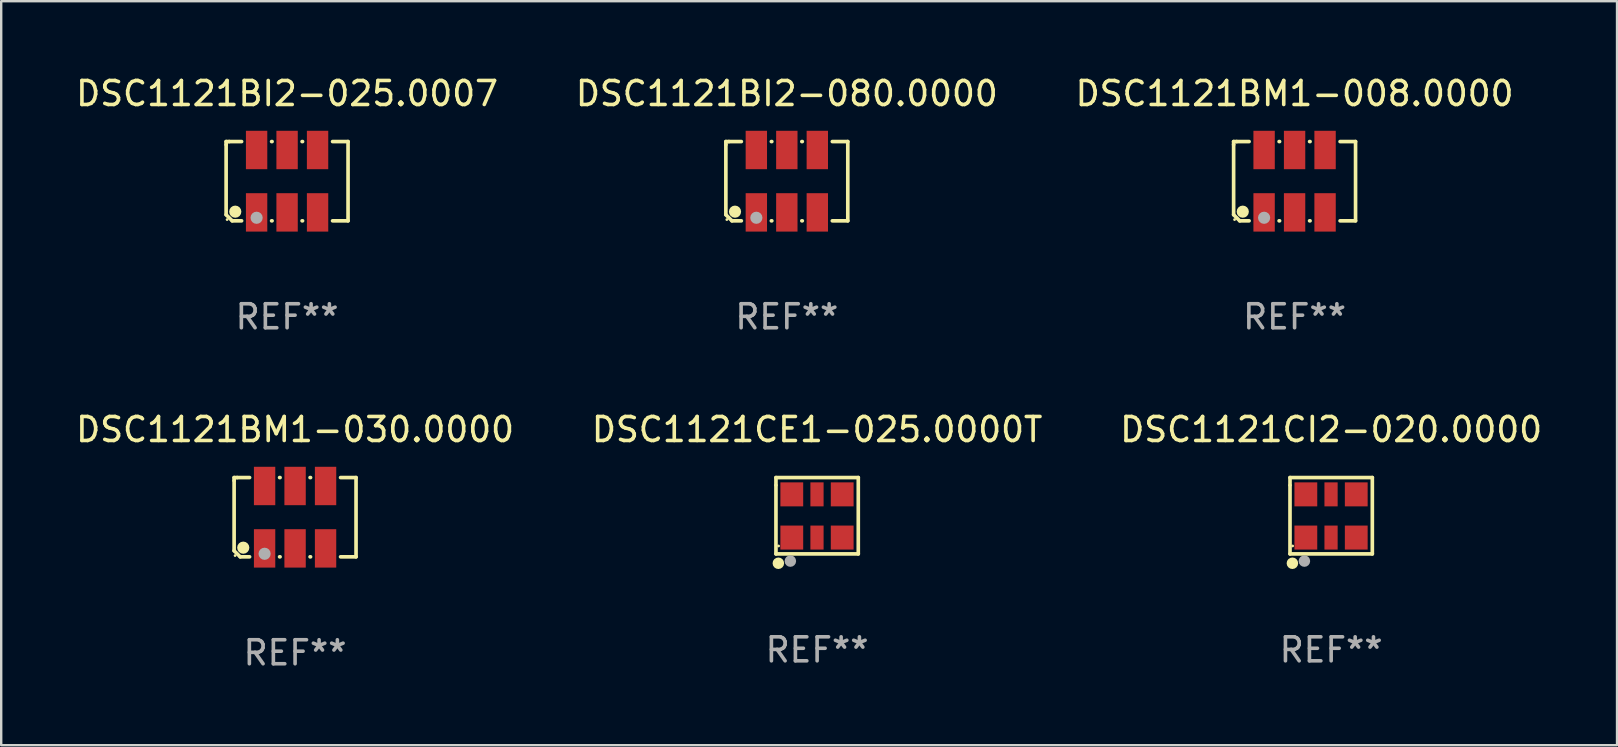
<source format=kicad_pcb>
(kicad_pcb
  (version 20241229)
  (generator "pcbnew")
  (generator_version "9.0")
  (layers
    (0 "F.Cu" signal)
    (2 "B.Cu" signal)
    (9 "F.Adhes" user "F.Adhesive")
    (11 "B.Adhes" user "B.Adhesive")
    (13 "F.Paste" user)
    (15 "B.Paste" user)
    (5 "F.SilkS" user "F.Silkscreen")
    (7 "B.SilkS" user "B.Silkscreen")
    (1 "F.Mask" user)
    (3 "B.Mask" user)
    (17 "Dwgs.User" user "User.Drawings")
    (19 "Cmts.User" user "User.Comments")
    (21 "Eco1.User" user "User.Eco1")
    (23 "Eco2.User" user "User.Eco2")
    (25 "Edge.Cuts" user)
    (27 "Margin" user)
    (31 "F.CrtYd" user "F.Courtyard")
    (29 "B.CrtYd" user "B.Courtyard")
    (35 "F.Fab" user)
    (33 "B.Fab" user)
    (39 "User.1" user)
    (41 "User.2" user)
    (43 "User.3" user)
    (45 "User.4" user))
  (footprint "DSC1121CE1-025.0000T"
    (layer "F.Cu")
    (at 30.994 18.437)
    (property "Reference" "DSC1121CE1-025.0000T" (at 0 -3.59 0) (layer "F.SilkS") (effects (font (size 1 1) (thickness 0.15))))
    (attr through_hole)
    (fp_line (start -1.715 -1.59) (end -1.715 -1.28) (stroke (width 0.152) (type solid)) (layer "F.SilkS"))
    (fp_line (start -1.715 -1.26) (end -1.715 1.59) (stroke (width 0.152) (type solid)) (layer "F.SilkS"))
    (fp_line (start -1.715 1.59) (end 1.715 1.59) (stroke (width 0.152) (type solid)) (layer "F.SilkS"))
    (fp_line (start 1.715 -1.59) (end -1.715 -1.59) (stroke (width 0.152) (type solid)) (layer "F.SilkS"))
    (fp_line (start 1.715 1.59) (end 1.715 -1.59) (stroke (width 0.152) (type solid)) (layer "F.SilkS"))
    (fp_circle (center -1.615 1.98) (end -1.495 1.98) (stroke (width 0.24) (type solid)) (fill no) (layer "F.SilkS"))
    (fp_circle (center -1.605 1.26) (end -1.575 1.26) (stroke (width 0.06) (type solid)) (fill no) (layer "F.SilkS"))
    (fp_circle (center -1.115 1.89) (end -0.995 1.89) (stroke (width 0.24) (type solid)) (fill no) (layer "F.Fab"))
    (fp_text user "REF**" (at 0 5.59 0) (layer "F.Fab") (effects (font (size 1 1) (thickness 0.15))))
    (pad "1" smd rect (at -1.055 0.91) (size 0.95 1) (layers "F.Cu" "F.Mask" "F.Paste"))
    (pad "2" smd rect (at -0.005 0.91) (size 0.55 1) (layers "F.Cu" "F.Mask" "F.Paste"))
    (pad "3" smd rect (at 1.045 0.91) (size 0.95 1) (layers "F.Cu" "F.Mask" "F.Paste"))
    (pad "4" smd rect (at 1.045 -0.89 180) (size 0.95 1) (layers "F.Cu" "F.Mask" "F.Paste"))
    (pad "5" smd rect (at -0.005 -0.89) (size 0.55 1) (layers "F.Cu" "F.Mask" "F.Paste"))
    (pad "6" smd rect (at -1.055 -0.89 180) (size 0.95 1) (layers "F.Cu" "F.Mask" "F.Paste")))
  (footprint "DSC1121BI2-080.0000"
    (layer "F.Cu")
    (at 29.732 4.499)
    (property "Reference" "DSC1121BI2-080.0000" (at 0 -3.651 0) (layer "F.SilkS") (effects (font (size 1 1) (thickness 0.15))))
    (attr through_hole)
    (fp_line (start -2.54 -1.651) (end -2.413 -1.651) (stroke (width 0.152) (type solid)) (layer "F.SilkS"))
    (fp_line (start -2.54 -1.524) (end -2.54 -1.651) (stroke (width 0.152) (type solid)) (layer "F.SilkS"))
    (fp_line (start -2.54 1.397) (end -2.54 -1.524) (stroke (width 0.152) (type solid)) (layer "F.SilkS"))
    (fp_line (start -2.413 -1.651) (end -1.895 -1.651) (stroke (width 0.152) (type solid)) (layer "F.SilkS"))
    (fp_line (start -2.286 1.651) (end -2.54 1.397) (stroke (width 0.152) (type solid)) (layer "F.SilkS"))
    (fp_line (start -1.895 1.651) (end -2.286 1.651) (stroke (width 0.152) (type solid)) (layer "F.SilkS"))
    (fp_line (start -0.645 -1.651) (end -0.625 -1.651) (stroke (width 0.152) (type solid)) (layer "F.SilkS"))
    (fp_line (start -0.625 1.651) (end -0.645 1.651) (stroke (width 0.152) (type solid)) (layer "F.SilkS"))
    (fp_line (start 0.625 -1.651) (end 0.645 -1.651) (stroke (width 0.152) (type solid)) (layer "F.SilkS"))
    (fp_line (start 0.645 1.651) (end 0.625 1.651) (stroke (width 0.152) (type solid)) (layer "F.SilkS"))
    (fp_line (start 1.895 -1.651) (end 2.54 -1.651) (stroke (width 0.152) (type solid)) (layer "F.SilkS"))
    (fp_line (start 2.54 -1.651) (end 2.54 1.651) (stroke (width 0.152) (type solid)) (layer "F.SilkS"))
    (fp_line (start 2.54 1.651) (end 1.895 1.651) (stroke (width 0.152) (type solid)) (layer "F.SilkS"))
    (fp_circle (center -2.5 1.6) (end -2.47 1.6) (stroke (width 0.06) (type solid)) (fill no) (layer "F.SilkS"))
    (fp_circle (center -2.159 1.27) (end -2.032 1.27) (stroke (width 0.254) (type solid)) (fill no) (layer "F.SilkS"))
    (fp_circle (center -1.27 1.524) (end -1.143 1.524) (stroke (width 0.254) (type solid)) (fill no) (layer "F.Fab"))
    (fp_text user "REF**" (at 0 5.651 0) (layer "F.Fab") (effects (font (size 1 1) (thickness 0.15))))
    (pad "1" smd rect (at -1.27 1.3) (size 0.89 1.6) (layers "F.Cu" "F.Mask" "F.Paste"))
    (pad "2" smd rect (at 0 1.3) (size 0.89 1.6) (layers "F.Cu" "F.Mask" "F.Paste"))
    (pad "3" smd rect (at 1.27 1.3) (size 0.89 1.6) (layers "F.Cu" "F.Mask" "F.Paste"))
    (pad "4" smd rect (at 1.27 -1.3) (size 0.89 1.6) (layers "F.Cu" "F.Mask" "F.Paste"))
    (pad "5" smd rect (at 0 -1.3) (size 0.89 1.6) (layers "F.Cu" "F.Mask" "F.Paste"))
    (pad "6" smd rect (at -1.27 -1.3) (size 0.89 1.6) (layers "F.Cu" "F.Mask" "F.Paste")))
  (footprint "DSC1121BM1-008.0000"
    (layer "F.Cu")
    (at 50.887 4.499)
    (property "Reference" "DSC1121BM1-008.0000" (at 0 -3.651 0) (layer "F.SilkS") (effects (font (size 1 1) (thickness 0.15))))
    (attr through_hole)
    (fp_line (start -2.54 -1.651) (end -2.413 -1.651) (stroke (width 0.152) (type solid)) (layer "F.SilkS"))
    (fp_line (start -2.54 -1.524) (end -2.54 -1.651) (stroke (width 0.152) (type solid)) (layer "F.SilkS"))
    (fp_line (start -2.54 1.397) (end -2.54 -1.524) (stroke (width 0.152) (type solid)) (layer "F.SilkS"))
    (fp_line (start -2.413 -1.651) (end -1.895 -1.651) (stroke (width 0.152) (type solid)) (layer "F.SilkS"))
    (fp_line (start -2.286 1.651) (end -2.54 1.397) (stroke (width 0.152) (type solid)) (layer "F.SilkS"))
    (fp_line (start -1.895 1.651) (end -2.286 1.651) (stroke (width 0.152) (type solid)) (layer "F.SilkS"))
    (fp_line (start -0.645 -1.651) (end -0.625 -1.651) (stroke (width 0.152) (type solid)) (layer "F.SilkS"))
    (fp_line (start -0.625 1.651) (end -0.645 1.651) (stroke (width 0.152) (type solid)) (layer "F.SilkS"))
    (fp_line (start 0.625 -1.651) (end 0.645 -1.651) (stroke (width 0.152) (type solid)) (layer "F.SilkS"))
    (fp_line (start 0.645 1.651) (end 0.625 1.651) (stroke (width 0.152) (type solid)) (layer "F.SilkS"))
    (fp_line (start 1.895 -1.651) (end 2.54 -1.651) (stroke (width 0.152) (type solid)) (layer "F.SilkS"))
    (fp_line (start 2.54 -1.651) (end 2.54 1.651) (stroke (width 0.152) (type solid)) (layer "F.SilkS"))
    (fp_line (start 2.54 1.651) (end 1.895 1.651) (stroke (width 0.152) (type solid)) (layer "F.SilkS"))
    (fp_circle (center -2.5 1.6) (end -2.47 1.6) (stroke (width 0.06) (type solid)) (fill no) (layer "F.SilkS"))
    (fp_circle (center -2.159 1.27) (end -2.032 1.27) (stroke (width 0.254) (type solid)) (fill no) (layer "F.SilkS"))
    (fp_circle (center -1.27 1.524) (end -1.143 1.524) (stroke (width 0.254) (type solid)) (fill no) (layer "F.Fab"))
    (fp_text user "REF**" (at 0 5.651 0) (layer "F.Fab") (effects (font (size 1 1) (thickness 0.15))))
    (pad "1" smd rect (at -1.27 1.3) (size 0.89 1.6) (layers "F.Cu" "F.Mask" "F.Paste"))
    (pad "2" smd rect (at 0 1.3) (size 0.89 1.6) (layers "F.Cu" "F.Mask" "F.Paste"))
    (pad "3" smd rect (at 1.27 1.3) (size 0.89 1.6) (layers "F.Cu" "F.Mask" "F.Paste"))
    (pad "4" smd rect (at 1.27 -1.3) (size 0.89 1.6) (layers "F.Cu" "F.Mask" "F.Paste"))
    (pad "5" smd rect (at 0 -1.3) (size 0.89 1.6) (layers "F.Cu" "F.Mask" "F.Paste"))
    (pad "6" smd rect (at -1.27 -1.3) (size 0.89 1.6) (layers "F.Cu" "F.Mask" "F.Paste")))
  (footprint "DSC1121CI2-020.0000"
    (layer "F.Cu")
    (at 52.411 18.437)
    (property "Reference" "DSC1121CI2-020.0000" (at 0 -3.59 0) (layer "F.SilkS") (effects (font (size 1 1) (thickness 0.15))))
    (attr through_hole)
    (fp_line (start -1.715 -1.59) (end -1.715 -1.28) (stroke (width 0.152) (type solid)) (layer "F.SilkS"))
    (fp_line (start -1.715 -1.26) (end -1.715 1.59) (stroke (width 0.152) (type solid)) (layer "F.SilkS"))
    (fp_line (start -1.715 1.59) (end 1.715 1.59) (stroke (width 0.152) (type solid)) (layer "F.SilkS"))
    (fp_line (start 1.715 -1.59) (end -1.715 -1.59) (stroke (width 0.152) (type solid)) (layer "F.SilkS"))
    (fp_line (start 1.715 1.59) (end 1.715 -1.59) (stroke (width 0.152) (type solid)) (layer "F.SilkS"))
    (fp_circle (center -1.615 1.98) (end -1.495 1.98) (stroke (width 0.24) (type solid)) (fill no) (layer "F.SilkS"))
    (fp_circle (center -1.605 1.26) (end -1.575 1.26) (stroke (width 0.06) (type solid)) (fill no) (layer "F.SilkS"))
    (fp_circle (center -1.115 1.89) (end -0.995 1.89) (stroke (width 0.24) (type solid)) (fill no) (layer "F.Fab"))
    (fp_text user "REF**" (at 0 5.59 0) (layer "F.Fab") (effects (font (size 1 1) (thickness 0.15))))
    (pad "1" smd rect (at -1.055 0.91) (size 0.95 1) (layers "F.Cu" "F.Mask" "F.Paste"))
    (pad "2" smd rect (at -0.005 0.91) (size 0.55 1) (layers "F.Cu" "F.Mask" "F.Paste"))
    (pad "3" smd rect (at 1.045 0.91) (size 0.95 1) (layers "F.Cu" "F.Mask" "F.Paste"))
    (pad "4" smd rect (at 1.045 -0.89 180) (size 0.95 1) (layers "F.Cu" "F.Mask" "F.Paste"))
    (pad "5" smd rect (at -0.005 -0.89) (size 0.55 1) (layers "F.Cu" "F.Mask" "F.Paste"))
    (pad "6" smd rect (at -1.055 -0.89 180) (size 0.95 1) (layers "F.Cu" "F.Mask" "F.Paste")))
  (footprint "DSC1121BI2-025.0007"
    (layer "F.Cu")
    (at 8.911 4.499)
    (property "Reference" "DSC1121BI2-025.0007" (at 0 -3.651 0) (layer "F.SilkS") (effects (font (size 1 1) (thickness 0.15))))
    (attr through_hole)
    (fp_line (start -2.54 -1.651) (end -2.413 -1.651) (stroke (width 0.152) (type solid)) (layer "F.SilkS"))
    (fp_line (start -2.54 -1.524) (end -2.54 -1.651) (stroke (width 0.152) (type solid)) (layer "F.SilkS"))
    (fp_line (start -2.54 1.397) (end -2.54 -1.524) (stroke (width 0.152) (type solid)) (layer "F.SilkS"))
    (fp_line (start -2.413 -1.651) (end -1.895 -1.651) (stroke (width 0.152) (type solid)) (layer "F.SilkS"))
    (fp_line (start -2.286 1.651) (end -2.54 1.397) (stroke (width 0.152) (type solid)) (layer "F.SilkS"))
    (fp_line (start -1.895 1.651) (end -2.286 1.651) (stroke (width 0.152) (type solid)) (layer "F.SilkS"))
    (fp_line (start -0.645 -1.651) (end -0.625 -1.651) (stroke (width 0.152) (type solid)) (layer "F.SilkS"))
    (fp_line (start -0.625 1.651) (end -0.645 1.651) (stroke (width 0.152) (type solid)) (layer "F.SilkS"))
    (fp_line (start 0.625 -1.651) (end 0.645 -1.651) (stroke (width 0.152) (type solid)) (layer "F.SilkS"))
    (fp_line (start 0.645 1.651) (end 0.625 1.651) (stroke (width 0.152) (type solid)) (layer "F.SilkS"))
    (fp_line (start 1.895 -1.651) (end 2.54 -1.651) (stroke (width 0.152) (type solid)) (layer "F.SilkS"))
    (fp_line (start 2.54 -1.651) (end 2.54 1.651) (stroke (width 0.152) (type solid)) (layer "F.SilkS"))
    (fp_line (start 2.54 1.651) (end 1.895 1.651) (stroke (width 0.152) (type solid)) (layer "F.SilkS"))
    (fp_circle (center -2.5 1.6) (end -2.47 1.6) (stroke (width 0.06) (type solid)) (fill no) (layer "F.SilkS"))
    (fp_circle (center -2.159 1.27) (end -2.032 1.27) (stroke (width 0.254) (type solid)) (fill no) (layer "F.SilkS"))
    (fp_circle (center -1.27 1.524) (end -1.143 1.524) (stroke (width 0.254) (type solid)) (fill no) (layer "F.Fab"))
    (fp_text user "REF**" (at 0 5.651 0) (layer "F.Fab") (effects (font (size 1 1) (thickness 0.15))))
    (pad "1" smd rect (at -1.27 1.3) (size 0.89 1.6) (layers "F.Cu" "F.Mask" "F.Paste"))
    (pad "2" smd rect (at 0 1.3) (size 0.89 1.6) (layers "F.Cu" "F.Mask" "F.Paste"))
    (pad "3" smd rect (at 1.27 1.3) (size 0.89 1.6) (layers "F.Cu" "F.Mask" "F.Paste"))
    (pad "4" smd rect (at 1.27 -1.3) (size 0.89 1.6) (layers "F.Cu" "F.Mask" "F.Paste"))
    (pad "5" smd rect (at 0 -1.3) (size 0.89 1.6) (layers "F.Cu" "F.Mask" "F.Paste"))
    (pad "6" smd rect (at -1.27 -1.3) (size 0.89 1.6) (layers "F.Cu" "F.Mask" "F.Paste")))
  (footprint "DSC1121BM1-030.0000"
    (layer "F.Cu")
    (at 9.244 18.498)
    (property "Reference" "DSC1121BM1-030.0000" (at 0 -3.651 0) (layer "F.SilkS") (effects (font (size 1 1) (thickness 0.15))))
    (attr through_hole)
    (fp_line (start -2.54 -1.651) (end -2.413 -1.651) (stroke (width 0.152) (type solid)) (layer "F.SilkS"))
    (fp_line (start -2.54 -1.524) (end -2.54 -1.651) (stroke (width 0.152) (type solid)) (layer "F.SilkS"))
    (fp_line (start -2.54 1.397) (end -2.54 -1.524) (stroke (width 0.152) (type solid)) (layer "F.SilkS"))
    (fp_line (start -2.413 -1.651) (end -1.895 -1.651) (stroke (width 0.152) (type solid)) (layer "F.SilkS"))
    (fp_line (start -2.286 1.651) (end -2.54 1.397) (stroke (width 0.152) (type solid)) (layer "F.SilkS"))
    (fp_line (start -1.895 1.651) (end -2.286 1.651) (stroke (width 0.152) (type solid)) (layer "F.SilkS"))
    (fp_line (start -0.645 -1.651) (end -0.625 -1.651) (stroke (width 0.152) (type solid)) (layer "F.SilkS"))
    (fp_line (start -0.625 1.651) (end -0.645 1.651) (stroke (width 0.152) (type solid)) (layer "F.SilkS"))
    (fp_line (start 0.625 -1.651) (end 0.645 -1.651) (stroke (width 0.152) (type solid)) (layer "F.SilkS"))
    (fp_line (start 0.645 1.651) (end 0.625 1.651) (stroke (width 0.152) (type solid)) (layer "F.SilkS"))
    (fp_line (start 1.895 -1.651) (end 2.54 -1.651) (stroke (width 0.152) (type solid)) (layer "F.SilkS"))
    (fp_line (start 2.54 -1.651) (end 2.54 1.651) (stroke (width 0.152) (type solid)) (layer "F.SilkS"))
    (fp_line (start 2.54 1.651) (end 1.895 1.651) (stroke (width 0.152) (type solid)) (layer "F.SilkS"))
    (fp_circle (center -2.5 1.6) (end -2.47 1.6) (stroke (width 0.06) (type solid)) (fill no) (layer "F.SilkS"))
    (fp_circle (center -2.159 1.27) (end -2.032 1.27) (stroke (width 0.254) (type solid)) (fill no) (layer "F.SilkS"))
    (fp_circle (center -1.27 1.524) (end -1.143 1.524) (stroke (width 0.254) (type solid)) (fill no) (layer "F.Fab"))
    (fp_text user "REF**" (at 0 5.651 0) (layer "F.Fab") (effects (font (size 1 1) (thickness 0.15))))
    (pad "1" smd rect (at -1.27 1.3) (size 0.89 1.6) (layers "F.Cu" "F.Mask" "F.Paste"))
    (pad "2" smd rect (at 0 1.3) (size 0.89 1.6) (layers "F.Cu" "F.Mask" "F.Paste"))
    (pad "3" smd rect (at 1.27 1.3) (size 0.89 1.6) (layers "F.Cu" "F.Mask" "F.Paste"))
    (pad "4" smd rect (at 1.27 -1.3) (size 0.89 1.6) (layers "F.Cu" "F.Mask" "F.Paste"))
    (pad "5" smd rect (at 0 -1.3) (size 0.89 1.6) (layers "F.Cu" "F.Mask" "F.Paste"))
    (pad "6" smd rect (at -1.27 -1.3) (size 0.89 1.6) (layers "F.Cu" "F.Mask" "F.Paste")))
  (gr_rect
    (start -3 -3)
    (end 64.321 27.997)
    (stroke (width 0.1) (type default))
    (fill no)
    (layer "Edge.Cuts")))
</source>
